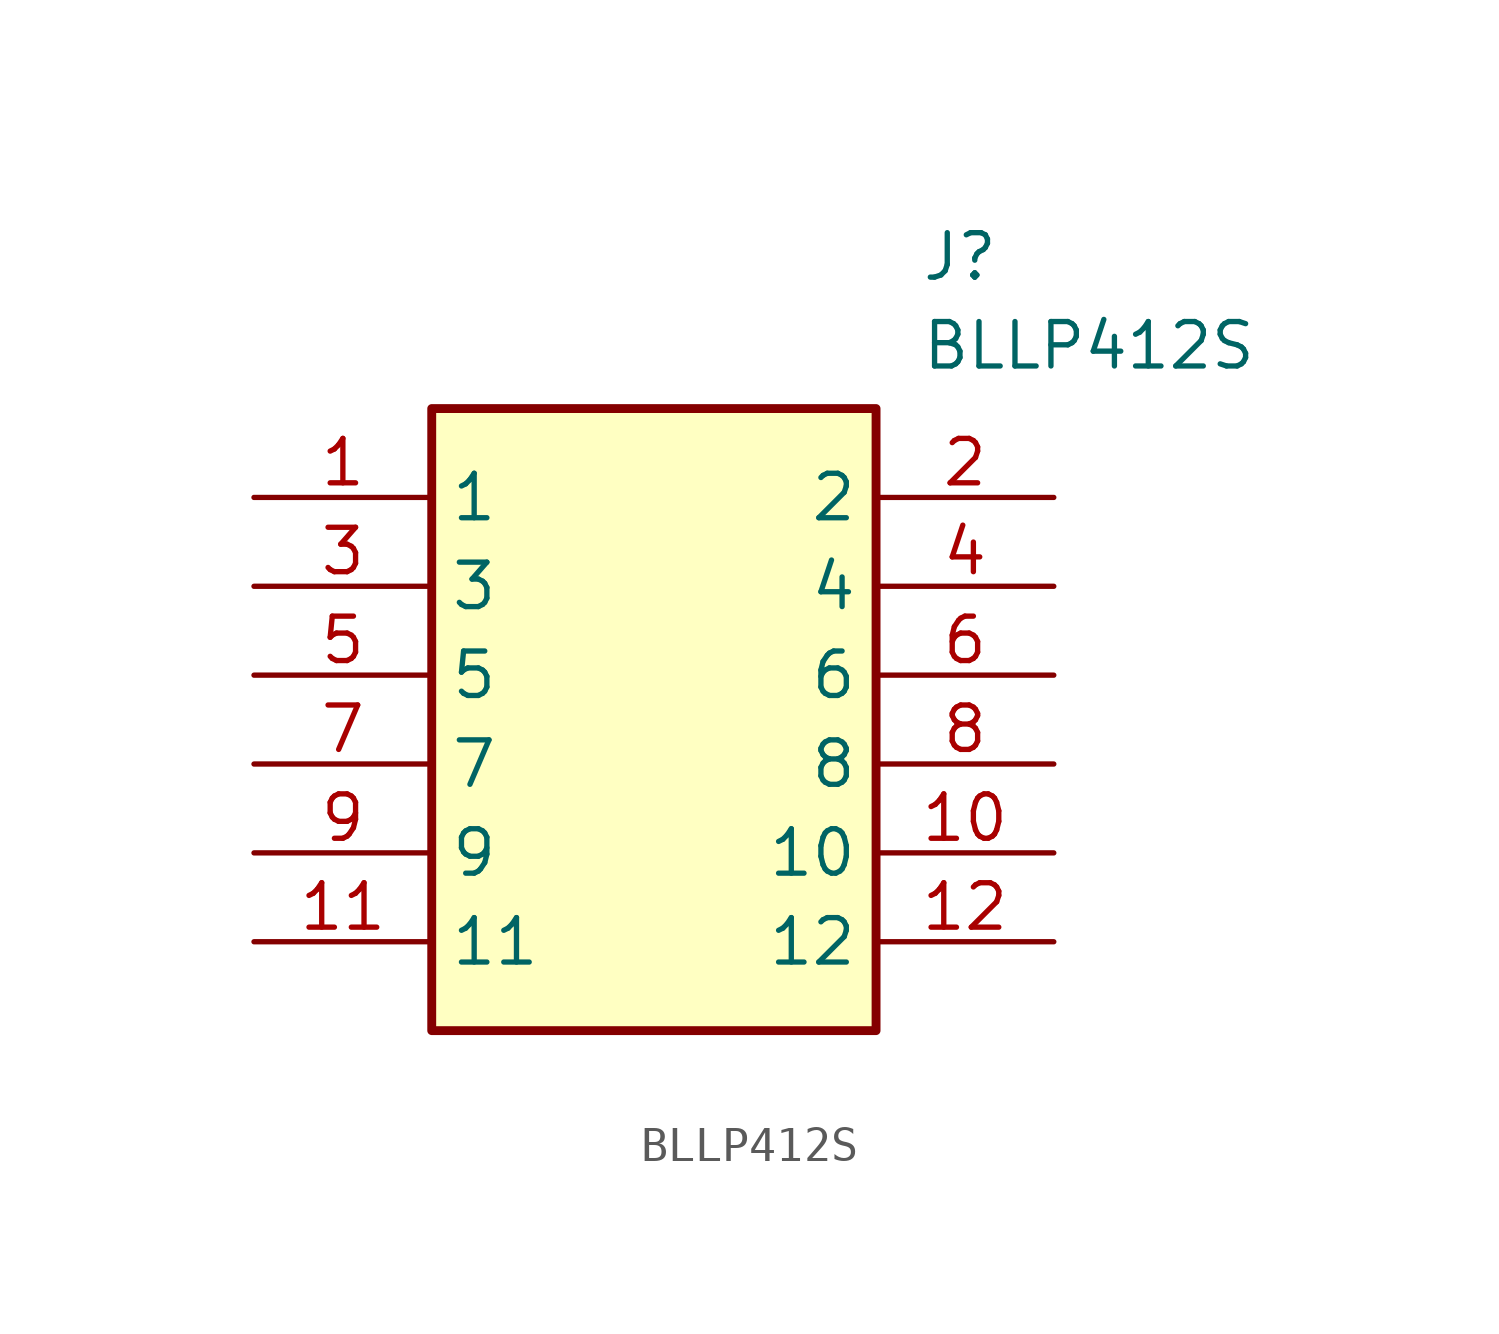
<source format=kicad_sym>
(kicad_symbol_lib
  (version 20211014)
  (generator SamacSys_ECAD_Model)
  (symbol "BLLP412S"
    (property "Reference" "J"
      (at 19.05 7.62 0)
      (effects (font (size 1.27 1.27)) (justify left top)))
    (property "Value" "BLLP412S"
      (at 19.05 5.08 0)
      (effects (font (size 1.27 1.27)) (justify left top)))
    (rectangle
      (start 5.08 2.54)
      (end 17.78 -15.24)
      (stroke (width 0.254) (type default))
      (fill (type background)))
    (pin passive line
      (at 0 0 0)
      (length 5.08)
      (name "1" (effects (font (size 1.27 1.27))))
      (number "1" (effects (font (size 1.27 1.27)))))
    (pin passive line
      (at 22.86 0 180)
      (length 5.08)
      (name "2" (effects (font (size 1.27 1.27))))
      (number "2" (effects (font (size 1.27 1.27)))))
    (pin passive line
      (at 0 -2.54 0)
      (length 5.08)
      (name "3" (effects (font (size 1.27 1.27))))
      (number "3" (effects (font (size 1.27 1.27)))))
    (pin passive line
      (at 22.86 -2.54 180)
      (length 5.08)
      (name "4" (effects (font (size 1.27 1.27))))
      (number "4" (effects (font (size 1.27 1.27)))))
    (pin passive line
      (at 0 -5.08 0)
      (length 5.08)
      (name "5" (effects (font (size 1.27 1.27))))
      (number "5" (effects (font (size 1.27 1.27)))))
    (pin passive line
      (at 22.86 -5.08 180)
      (length 5.08)
      (name "6" (effects (font (size 1.27 1.27))))
      (number "6" (effects (font (size 1.27 1.27)))))
    (pin passive line
      (at 0 -7.62 0)
      (length 5.08)
      (name "7" (effects (font (size 1.27 1.27))))
      (number "7" (effects (font (size 1.27 1.27)))))
    (pin passive line
      (at 22.86 -7.62 180)
      (length 5.08)
      (name "8" (effects (font (size 1.27 1.27))))
      (number "8" (effects (font (size 1.27 1.27)))))
    (pin passive line
      (at 0 -10.16 0)
      (length 5.08)
      (name "9" (effects (font (size 1.27 1.27))))
      (number "9" (effects (font (size 1.27 1.27)))))
    (pin passive line
      (at 22.86 -10.16 180)
      (length 5.08)
      (name "10" (effects (font (size 1.27 1.27))))
      (number "10" (effects (font (size 1.27 1.27)))))
    (pin passive line
      (at 0 -12.7 0)
      (length 5.08)
      (name "11" (effects (font (size 1.27 1.27))))
      (number "11" (effects (font (size 1.27 1.27)))))
    (pin passive line
      (at 22.86 -12.7 180)
      (length 5.08)
      (name "12" (effects (font (size 1.27 1.27))))
      (number "12" (effects (font (size 1.27 1.27)))))))
</source>
